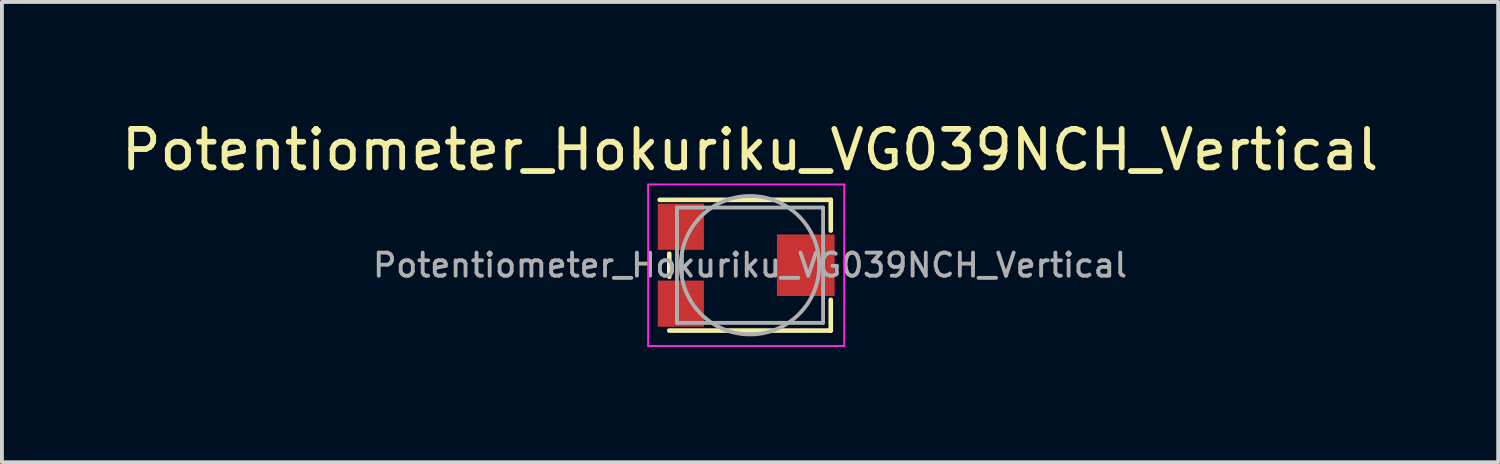
<source format=kicad_pcb>
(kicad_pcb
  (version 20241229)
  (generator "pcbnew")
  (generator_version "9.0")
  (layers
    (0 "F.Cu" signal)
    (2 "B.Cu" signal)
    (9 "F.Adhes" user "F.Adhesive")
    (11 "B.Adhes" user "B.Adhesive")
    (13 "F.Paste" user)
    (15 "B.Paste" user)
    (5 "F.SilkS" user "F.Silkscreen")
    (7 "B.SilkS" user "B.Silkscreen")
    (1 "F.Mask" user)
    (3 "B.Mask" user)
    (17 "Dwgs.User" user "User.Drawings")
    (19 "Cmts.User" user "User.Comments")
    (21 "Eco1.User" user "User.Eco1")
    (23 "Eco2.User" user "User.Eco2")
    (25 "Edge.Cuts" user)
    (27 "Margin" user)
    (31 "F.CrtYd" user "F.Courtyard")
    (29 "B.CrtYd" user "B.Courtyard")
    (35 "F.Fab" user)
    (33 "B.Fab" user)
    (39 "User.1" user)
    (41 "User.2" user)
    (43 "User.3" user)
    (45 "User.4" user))
  (footprint "Potentiometer_Hokuriku_VG039NCH_Vertical"
    (layer "F.Cu")
    (at 16.358 3.848)
    (property "Reference" "Potentiometer_Hokuriku_VG039NCH_Vertical" (at 0.1 -3 0) (layer "F.SilkS") (effects (font (size 1 1) (thickness 0.15))))
    (attr smd)
    (fp_line (start -2.25 -1.7) (end 2.2 -1.7) (stroke (width 0.12) (type solid)) (layer "F.SilkS"))
    (fp_line (start -2 -0.3) (end -2 0.3) (stroke (width 0.12) (type solid)) (layer "F.SilkS"))
    (fp_line (start -2 1.7) (end 2.2 1.7) (stroke (width 0.12) (type solid)) (layer "F.SilkS"))
    (fp_line (start 2.2 -1.7) (end 2.2 -0.9) (stroke (width 0.12) (type solid)) (layer "F.SilkS"))
    (fp_line (start 2.2 0.9) (end 2.2 1.7) (stroke (width 0.12) (type solid)) (layer "F.SilkS"))
    (fp_line (start -2.55 2.1) (end -2.55 -2.1) (stroke (width 0.05) (type solid)) (layer "F.CrtYd"))
    (fp_line (start 2.55 -2.1) (end -2.55 -2.1) (stroke (width 0.05) (type solid)) (layer "F.CrtYd"))
    (fp_line (start 2.55 2.1) (end -2.55 2.1) (stroke (width 0.05) (type solid)) (layer "F.CrtYd"))
    (fp_line (start 2.55 2.1) (end 2.55 -2.1) (stroke (width 0.05) (type solid)) (layer "F.CrtYd"))
    (fp_line (start -1.8 -1.5) (end -1.8 1.5) (stroke (width 0.1) (type solid)) (layer "F.Fab"))
    (fp_line (start -1.8 -1.5) (end 2 -1.5) (stroke (width 0.1) (type solid)) (layer "F.Fab"))
    (fp_line (start -1.8 1.5) (end 2 1.5) (stroke (width 0.1) (type solid)) (layer "F.Fab"))
    (fp_line (start 2 1.5) (end 2 -1.5) (stroke (width 0.1) (type solid)) (layer "F.Fab"))
    (fp_circle (center 0.1 0) (end 1.9 0) (stroke (width 0.1) (type solid)) (fill no) (layer "F.Fab"))
    (fp_text user "${REFERENCE}" (at 0.1 0 0) (layer "F.Fab") (effects (font (size 0.6 0.6) (thickness 0.1))))
    (pad "1" smd rect (at -1.7 -1) (size 1.2 1.2) (layers "F.Cu" "F.Mask" "F.Paste"))
    (pad "2" smd rect (at 1.55 0) (size 1.5 1.6) (layers "F.Cu" "F.Mask" "F.Paste"))
    (pad "3" smd rect (at -1.7 1) (size 1.2 1.2) (layers "F.Cu" "F.Mask" "F.Paste")))
  (gr_rect
    (start -3 -3)
    (end 35.917 8.973)
    (stroke (width 0.1) (type default))
    (fill no)
    (layer "Edge.Cuts")))
</source>
